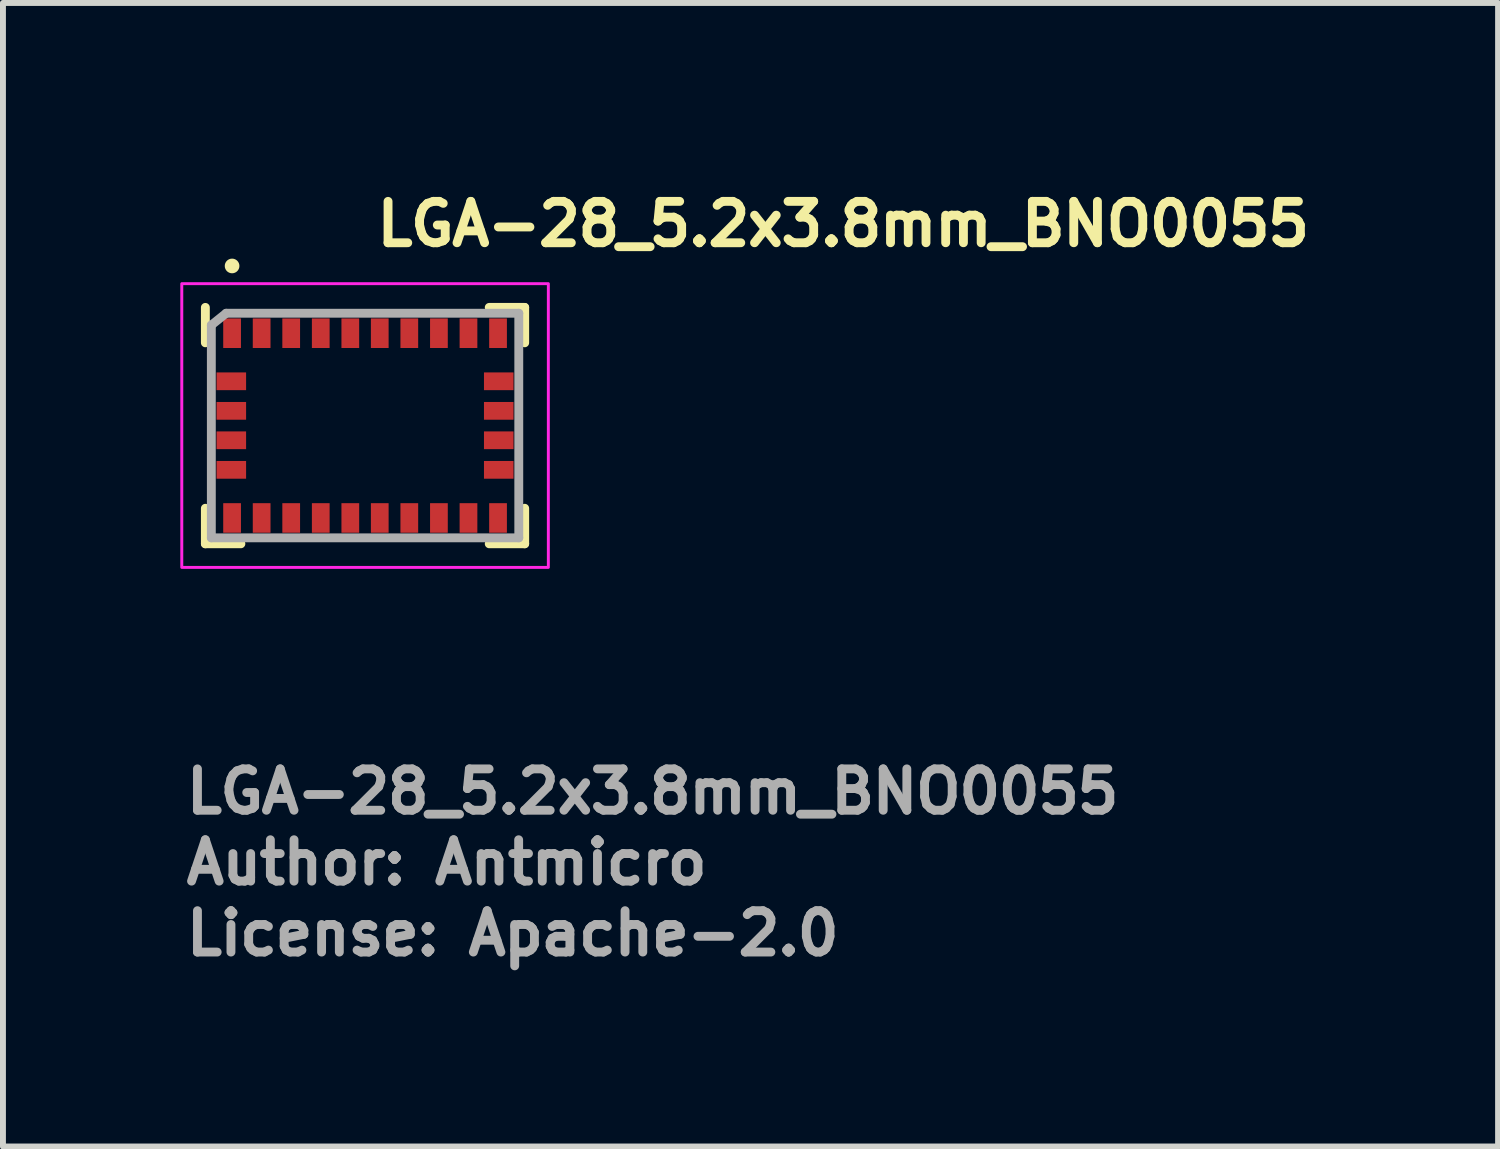
<source format=kicad_pcb>
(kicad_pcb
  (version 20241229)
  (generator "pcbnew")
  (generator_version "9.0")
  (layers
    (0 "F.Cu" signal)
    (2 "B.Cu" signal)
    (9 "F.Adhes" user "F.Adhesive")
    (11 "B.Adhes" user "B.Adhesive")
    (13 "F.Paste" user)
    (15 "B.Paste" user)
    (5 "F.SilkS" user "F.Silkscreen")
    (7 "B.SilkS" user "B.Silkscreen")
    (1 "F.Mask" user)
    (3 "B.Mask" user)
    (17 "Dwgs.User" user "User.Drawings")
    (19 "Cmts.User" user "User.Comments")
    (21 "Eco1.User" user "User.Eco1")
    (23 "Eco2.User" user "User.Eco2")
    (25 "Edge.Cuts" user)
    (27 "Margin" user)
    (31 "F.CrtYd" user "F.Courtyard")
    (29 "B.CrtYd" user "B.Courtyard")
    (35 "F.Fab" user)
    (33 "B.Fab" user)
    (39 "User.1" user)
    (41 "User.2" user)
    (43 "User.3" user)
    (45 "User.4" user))
  (footprint "LGA-28_5.2x3.8mm_BNO0055"
    (layer "F.Cu")
    (at 3.126 4.15)
    (property "Reference" "LGA-28_5.2x3.8mm_BNO0055" (at 0.123 -3 0) (layer "F.SilkS") (effects (font (size 0.7 0.7) (thickness 0.15)) (justify left bottom)))
    (attr smd)
    (fp_line (start -2.702 -2) (end -2.702 -1.401) (stroke (width 0.15) (type solid)) (layer "F.SilkS"))
    (fp_line (start -2.702 1.398) (end -2.702 1.999) (stroke (width 0.15) (type solid)) (layer "F.SilkS"))
    (fp_line (start -2.702 1.999) (end -2.101 1.999) (stroke (width 0.15) (type solid)) (layer "F.SilkS"))
    (fp_line (start 2.1 1.999) (end 2.7 1.999) (stroke (width 0.15) (type solid)) (layer "F.SilkS"))
    (fp_line (start 2.7 -2) (end 2.1 -2) (stroke (width 0.15) (type solid)) (layer "F.SilkS"))
    (fp_line (start 2.7 -1.401) (end 2.7 -2) (stroke (width 0.15) (type solid)) (layer "F.SilkS"))
    (fp_line (start 2.7 1.999) (end 2.7 1.398) (stroke (width 0.15) (type solid)) (layer "F.SilkS"))
    (fp_circle (center -2.25 -2.701) (end -2.201 -2.701) (stroke (width 0.15) (type solid)) (fill yes) (layer "F.SilkS"))
    (fp_rect (start -3.101 -2.401) (end 3.1 2.398) (stroke (width 0.05) (type solid)) (fill no) (layer "F.CrtYd"))
    (fp_line (start -2.601 -1.7) (end -2.601 1.898) (stroke (width 0.15) (type solid)) (layer "F.Fab"))
    (fp_line (start -2.601 -1.7) (end -2.35 -1.901) (stroke (width 0.15) (type solid)) (layer "F.Fab"))
    (fp_line (start -2.601 1.898) (end 2.6 1.898) (stroke (width 0.15) (type solid)) (layer "F.Fab"))
    (fp_line (start -2.35 -1.901) (end 2.6 -1.901) (stroke (width 0.15) (type solid)) (layer "F.Fab"))
    (fp_line (start 2.6 -1.901) (end 2.6 1.898) (stroke (width 0.15) (type solid)) (layer "F.Fab"))
    (fp_rect (start -2.601 -1.901) (end 2.6 1.898) (stroke (width 0.1) (type solid)) (fill no) (layer "User.5"))
    (fp_line (start -2.601 -1.811) (end -2.601 -1.807) (stroke (width 0.02) (type solid)) (layer "User.9"))
    (fp_line (start -2.601 -1.807) (end -2.601 -1.801) (stroke (width 0.02) (type solid)) (layer "User.9"))
    (fp_line (start -2.601 -1.801) (end -2.601 1.8) (stroke (width 0.02) (type solid)) (layer "User.9"))
    (fp_line (start -2.601 -1.801) (end -2.5 -1.801) (stroke (width 0.02) (type solid)) (layer "User.9"))
    (fp_line (start -2.601 1.8) (end -2.601 1.804) (stroke (width 0.02) (type solid)) (layer "User.9"))
    (fp_line (start -2.601 1.804) (end -2.601 1.81) (stroke (width 0.02) (type solid)) (layer "User.9"))
    (fp_line (start -2.601 1.81) (end -2.6 1.814) (stroke (width 0.02) (type solid)) (layer "User.9"))
    (fp_line (start -2.6 -1.817) (end -2.601 -1.811) (stroke (width 0.02) (type solid)) (layer "User.9"))
    (fp_line (start -2.6 1.814) (end -2.598 1.82) (stroke (width 0.02) (type solid)) (layer "User.9"))
    (fp_line (start -2.598 -1.821) (end -2.6 -1.817) (stroke (width 0.02) (type solid)) (layer "User.9"))
    (fp_line (start -2.598 1.82) (end -2.597 1.824) (stroke (width 0.02) (type solid)) (layer "User.9"))
    (fp_line (start -2.597 -1.831) (end -2.597 -1.825) (stroke (width 0.02) (type solid)) (layer "User.9"))
    (fp_line (start -2.597 -1.825) (end -2.598 -1.821) (stroke (width 0.02) (type solid)) (layer "User.9"))
    (fp_line (start -2.597 1.824) (end -2.597 1.828) (stroke (width 0.02) (type solid)) (layer "User.9"))
    (fp_line (start -2.597 1.828) (end -2.594 1.834) (stroke (width 0.02) (type solid)) (layer "User.9"))
    (fp_line (start -2.594 -1.835) (end -2.597 -1.831) (stroke (width 0.02) (type solid)) (layer "User.9"))
    (fp_line (start -2.594 1.834) (end -2.593 1.838) (stroke (width 0.02) (type solid)) (layer "User.9"))
    (fp_line (start -2.593 -1.839) (end -2.594 -1.835) (stroke (width 0.02) (type solid)) (layer "User.9"))
    (fp_line (start -2.593 1.838) (end -2.592 1.842) (stroke (width 0.02) (type solid)) (layer "User.9"))
    (fp_line (start -2.592 -1.845) (end -2.593 -1.839) (stroke (width 0.02) (type solid)) (layer "User.9"))
    (fp_line (start -2.592 1.842) (end -2.589 1.846) (stroke (width 0.02) (type solid)) (layer "User.9"))
    (fp_line (start -2.589 -1.849) (end -2.592 -1.845) (stroke (width 0.02) (type solid)) (layer "User.9"))
    (fp_line (start -2.589 1.846) (end -2.586 1.85) (stroke (width 0.02) (type solid)) (layer "User.9"))
    (fp_line (start -2.586 -1.853) (end -2.589 -1.849) (stroke (width 0.02) (type solid)) (layer "User.9"))
    (fp_line (start -2.586 1.85) (end -2.584 1.854) (stroke (width 0.02) (type solid)) (layer "User.9"))
    (fp_line (start -2.584 -1.857) (end -2.586 -1.853) (stroke (width 0.02) (type solid)) (layer "User.9"))
    (fp_line (start -2.584 1.854) (end -2.581 1.858) (stroke (width 0.02) (type solid)) (layer "User.9"))
    (fp_line (start -2.581 -1.861) (end -2.584 -1.857) (stroke (width 0.02) (type solid)) (layer "User.9"))
    (fp_line (start -2.581 1.858) (end -2.578 1.862) (stroke (width 0.02) (type solid)) (layer "User.9"))
    (fp_line (start -2.578 -1.865) (end -2.581 -1.861) (stroke (width 0.02) (type solid)) (layer "User.9"))
    (fp_line (start -2.578 1.862) (end -2.576 1.866) (stroke (width 0.02) (type solid)) (layer "User.9"))
    (fp_line (start -2.576 -1.869) (end -2.578 -1.865) (stroke (width 0.02) (type solid)) (layer "User.9"))
    (fp_line (start -2.576 1.866) (end -2.572 1.87) (stroke (width 0.02) (type solid)) (layer "User.9"))
    (fp_line (start -2.572 -1.871) (end -2.576 -1.869) (stroke (width 0.02) (type solid)) (layer "User.9"))
    (fp_line (start -2.572 1.87) (end -2.569 1.874) (stroke (width 0.02) (type solid)) (layer "User.9"))
    (fp_line (start -2.569 -1.875) (end -2.572 -1.871) (stroke (width 0.02) (type solid)) (layer "User.9"))
    (fp_line (start -2.569 1.874) (end -2.565 1.876) (stroke (width 0.02) (type solid)) (layer "User.9"))
    (fp_line (start -2.565 -1.879) (end -2.569 -1.875) (stroke (width 0.02) (type solid)) (layer "User.9"))
    (fp_line (start -2.565 1.876) (end -2.56 1.88) (stroke (width 0.02) (type solid)) (layer "User.9"))
    (fp_line (start -2.56 -1.881) (end -2.565 -1.879) (stroke (width 0.02) (type solid)) (layer "User.9"))
    (fp_line (start -2.56 1.88) (end -2.556 1.882) (stroke (width 0.02) (type solid)) (layer "User.9"))
    (fp_line (start -2.556 -1.883) (end -2.56 -1.881) (stroke (width 0.02) (type solid)) (layer "User.9"))
    (fp_line (start -2.556 1.882) (end -2.552 1.884) (stroke (width 0.02) (type solid)) (layer "User.9"))
    (fp_line (start -2.552 -1.887) (end -2.556 -1.883) (stroke (width 0.02) (type solid)) (layer "User.9"))
    (fp_line (start -2.552 1.884) (end -2.548 1.886) (stroke (width 0.02) (type solid)) (layer "User.9"))
    (fp_line (start -2.548 -1.889) (end -2.552 -1.887) (stroke (width 0.02) (type solid)) (layer "User.9"))
    (fp_line (start -2.548 1.886) (end -2.544 1.89) (stroke (width 0.02) (type solid)) (layer "User.9"))
    (fp_line (start -2.544 -1.891) (end -2.548 -1.889) (stroke (width 0.02) (type solid)) (layer "User.9"))
    (fp_line (start -2.544 1.89) (end -2.54 1.892) (stroke (width 0.02) (type solid)) (layer "User.9"))
    (fp_line (start -2.54 -1.893) (end -2.544 -1.891) (stroke (width 0.02) (type solid)) (layer "User.9"))
    (fp_line (start -2.54 1.892) (end -2.536 1.892) (stroke (width 0.02) (type solid)) (layer "User.9"))
    (fp_line (start -2.536 -1.895) (end -2.54 -1.893) (stroke (width 0.02) (type solid)) (layer "User.9"))
    (fp_line (start -2.536 1.892) (end -2.531 1.894) (stroke (width 0.02) (type solid)) (layer "User.9"))
    (fp_line (start -2.531 -1.897) (end -2.536 -1.895) (stroke (width 0.02) (type solid)) (layer "User.9"))
    (fp_line (start -2.531 1.894) (end -2.525 1.896) (stroke (width 0.02) (type solid)) (layer "User.9"))
    (fp_line (start -2.525 -1.897) (end -2.531 -1.897) (stroke (width 0.02) (type solid)) (layer "User.9"))
    (fp_line (start -2.525 1.896) (end -2.521 1.896) (stroke (width 0.02) (type solid)) (layer "User.9"))
    (fp_line (start -2.521 -1.899) (end -2.525 -1.897) (stroke (width 0.02) (type solid)) (layer "User.9"))
    (fp_line (start -2.521 1.896) (end -2.516 1.898) (stroke (width 0.02) (type solid)) (layer "User.9"))
    (fp_line (start -2.516 -1.899) (end -2.521 -1.899) (stroke (width 0.02) (type solid)) (layer "User.9"))
    (fp_line (start -2.516 1.898) (end -2.512 1.898) (stroke (width 0.02) (type solid)) (layer "User.9"))
    (fp_line (start -2.512 -1.901) (end -2.516 -1.899) (stroke (width 0.02) (type solid)) (layer "User.9"))
    (fp_line (start -2.512 1.898) (end -2.507 1.898) (stroke (width 0.02) (type solid)) (layer "User.9"))
    (fp_line (start -2.507 -1.901) (end -2.512 -1.901) (stroke (width 0.02) (type solid)) (layer "User.9"))
    (fp_line (start -2.507 1.898) (end -2.5 1.898) (stroke (width 0.02) (type solid)) (layer "User.9"))
    (fp_line (start -2.5 -1.901) (end -2.507 -1.901) (stroke (width 0.02) (type solid)) (layer "User.9"))
    (fp_line (start -2.5 -1.801) (end -2.5 -1.901) (stroke (width 0.02) (type solid)) (layer "User.9"))
    (fp_line (start -2.5 1.8) (end -2.601 1.8) (stroke (width 0.02) (type solid)) (layer "User.9"))
    (fp_line (start -2.5 1.898) (end -2.5 1.8) (stroke (width 0.02) (type solid)) (layer "User.9"))
    (fp_line (start -2.5 1.898) (end 2.499 1.898) (stroke (width 0.02) (type solid)) (layer "User.9"))
    (fp_line (start -2.4 -1.347) (end -2.4 -1.339) (stroke (width 0.02) (type solid)) (layer "User.9"))
    (fp_line (start -2.4 -1.339) (end -2.4 -1.331) (stroke (width 0.02) (type solid)) (layer "User.9"))
    (fp_line (start -2.4 -1.331) (end -2.4 -1.331) (stroke (width 0.02) (type solid)) (layer "User.9"))
    (fp_line (start -2.4 -1.331) (end -2.4 -1.323) (stroke (width 0.02) (type solid)) (layer "User.9"))
    (fp_line (start -2.4 -1.323) (end -2.4 -1.315) (stroke (width 0.02) (type solid)) (layer "User.9"))
    (fp_line (start -2.4 -1.315) (end -2.399 -1.309) (stroke (width 0.02) (type solid)) (layer "User.9"))
    (fp_line (start -2.399 -1.353) (end -2.4 -1.347) (stroke (width 0.02) (type solid)) (layer "User.9"))
    (fp_line (start -2.399 -1.309) (end -2.398 -1.301) (stroke (width 0.02) (type solid)) (layer "User.9"))
    (fp_line (start -2.398 -1.361) (end -2.399 -1.353) (stroke (width 0.02) (type solid)) (layer "User.9"))
    (fp_line (start -2.398 -1.301) (end -2.396 -1.293) (stroke (width 0.02) (type solid)) (layer "User.9"))
    (fp_line (start -2.396 -1.369) (end -2.398 -1.361) (stroke (width 0.02) (type solid)) (layer "User.9"))
    (fp_line (start -2.396 -1.293) (end -2.395 -1.287) (stroke (width 0.02) (type solid)) (layer "User.9"))
    (fp_line (start -2.395 -1.375) (end -2.396 -1.369) (stroke (width 0.02) (type solid)) (layer "User.9"))
    (fp_line (start -2.395 -1.287) (end -2.391 -1.28) (stroke (width 0.02) (type solid)) (layer "User.9"))
    (fp_line (start -2.391 -1.383) (end -2.395 -1.375) (stroke (width 0.02) (type solid)) (layer "User.9"))
    (fp_line (start -2.391 -1.28) (end -2.39 -1.272) (stroke (width 0.02) (type solid)) (layer "User.9"))
    (fp_line (start -2.39 -1.389) (end -2.391 -1.383) (stroke (width 0.02) (type solid)) (layer "User.9"))
    (fp_line (start -2.39 -1.272) (end -2.387 -1.266) (stroke (width 0.02) (type solid)) (layer "User.9"))
    (fp_line (start -2.387 -1.397) (end -2.39 -1.389) (stroke (width 0.02) (type solid)) (layer "User.9"))
    (fp_line (start -2.387 -1.266) (end -2.383 -1.26) (stroke (width 0.02) (type solid)) (layer "User.9"))
    (fp_line (start -2.383 -1.403) (end -2.387 -1.397) (stroke (width 0.02) (type solid)) (layer "User.9"))
    (fp_line (start -2.383 -1.26) (end -2.379 -1.254) (stroke (width 0.02) (type solid)) (layer "User.9"))
    (fp_line (start -2.379 -1.408) (end -2.383 -1.403) (stroke (width 0.02) (type solid)) (layer "User.9"))
    (fp_line (start -2.379 -1.254) (end -2.375 -1.248) (stroke (width 0.02) (type solid)) (layer "User.9"))
    (fp_line (start -2.375 -1.414) (end -2.379 -1.408) (stroke (width 0.02) (type solid)) (layer "User.9"))
    (fp_line (start -2.375 -1.248) (end -2.371 -1.242) (stroke (width 0.02) (type solid)) (layer "User.9"))
    (fp_line (start -2.371 -1.42) (end -2.375 -1.414) (stroke (width 0.02) (type solid)) (layer "User.9"))
    (fp_line (start -2.371 -1.242) (end -2.367 -1.236) (stroke (width 0.02) (type solid)) (layer "User.9"))
    (fp_line (start -2.367 -1.426) (end -2.371 -1.42) (stroke (width 0.02) (type solid)) (layer "User.9"))
    (fp_line (start -2.367 -1.236) (end -2.363 -1.23) (stroke (width 0.02) (type solid)) (layer "User.9"))
    (fp_line (start -2.363 -1.432) (end -2.367 -1.426) (stroke (width 0.02) (type solid)) (layer "User.9"))
    (fp_line (start -2.363 -1.23) (end -2.358 -1.224) (stroke (width 0.02) (type solid)) (layer "User.9"))
    (fp_line (start -2.358 -1.438) (end -2.363 -1.432) (stroke (width 0.02) (type solid)) (layer "User.9"))
    (fp_line (start -2.358 -1.224) (end -2.351 -1.22) (stroke (width 0.02) (type solid)) (layer "User.9"))
    (fp_line (start -2.351 -1.442) (end -2.358 -1.438) (stroke (width 0.02) (type solid)) (layer "User.9"))
    (fp_line (start -2.351 -1.22) (end -2.347 -1.216) (stroke (width 0.02) (type solid)) (layer "User.9"))
    (fp_line (start -2.347 -1.446) (end -2.351 -1.442) (stroke (width 0.02) (type solid)) (layer "User.9"))
    (fp_line (start -2.347 -1.216) (end -2.34 -1.21) (stroke (width 0.02) (type solid)) (layer "User.9"))
    (fp_line (start -2.34 -1.452) (end -2.347 -1.446) (stroke (width 0.02) (type solid)) (layer "User.9"))
    (fp_line (start -2.34 -1.21) (end -2.335 -1.206) (stroke (width 0.02) (type solid)) (layer "User.9"))
    (fp_line (start -2.335 -1.456) (end -2.34 -1.452) (stroke (width 0.02) (type solid)) (layer "User.9"))
    (fp_line (start -2.335 -1.206) (end -2.328 -1.202) (stroke (width 0.02) (type solid)) (layer "User.9"))
    (fp_line (start -2.328 -1.46) (end -2.335 -1.456) (stroke (width 0.02) (type solid)) (layer "User.9"))
    (fp_line (start -2.328 -1.202) (end -2.323 -1.2) (stroke (width 0.02) (type solid)) (layer "User.9"))
    (fp_line (start -2.323 -1.462) (end -2.328 -1.46) (stroke (width 0.02) (type solid)) (layer "User.9"))
    (fp_line (start -2.323 -1.2) (end -2.316 -1.196) (stroke (width 0.02) (type solid)) (layer "User.9"))
    (fp_line (start -2.316 -1.466) (end -2.323 -1.462) (stroke (width 0.02) (type solid)) (layer "User.9"))
    (fp_line (start -2.316 -1.196) (end -2.31 -1.192) (stroke (width 0.02) (type solid)) (layer "User.9"))
    (fp_line (start -2.31 -1.47) (end -2.316 -1.466) (stroke (width 0.02) (type solid)) (layer "User.9"))
    (fp_line (start -2.31 -1.192) (end -2.302 -1.19) (stroke (width 0.02) (type solid)) (layer "User.9"))
    (fp_line (start -2.302 -1.472) (end -2.31 -1.47) (stroke (width 0.02) (type solid)) (layer "User.9"))
    (fp_line (start -2.302 -1.19) (end -2.295 -1.188) (stroke (width 0.02) (type solid)) (layer "User.9"))
    (fp_line (start -2.295 -1.474) (end -2.302 -1.472) (stroke (width 0.02) (type solid)) (layer "User.9"))
    (fp_line (start -2.295 -1.188) (end -2.289 -1.186) (stroke (width 0.02) (type solid)) (layer "User.9"))
    (fp_line (start -2.289 -1.476) (end -2.295 -1.474) (stroke (width 0.02) (type solid)) (layer "User.9"))
    (fp_line (start -2.289 -1.186) (end -2.282 -1.184) (stroke (width 0.02) (type solid)) (layer "User.9"))
    (fp_line (start -2.282 -1.478) (end -2.289 -1.476) (stroke (width 0.02) (type solid)) (layer "User.9"))
    (fp_line (start -2.282 -1.184) (end -2.274 -1.182) (stroke (width 0.02) (type solid)) (layer "User.9"))
    (fp_line (start -2.274 -1.48) (end -2.282 -1.478) (stroke (width 0.02) (type solid)) (layer "User.9"))
    (fp_line (start -2.274 -1.182) (end -2.266 -1.182) (stroke (width 0.02) (type solid)) (layer "User.9"))
    (fp_line (start -2.266 -1.48) (end -2.274 -1.48) (stroke (width 0.02) (type solid)) (layer "User.9"))
    (fp_line (start -2.266 -1.182) (end -2.258 -1.182) (stroke (width 0.02) (type solid)) (layer "User.9"))
    (fp_line (start -2.258 -1.48) (end -2.266 -1.48) (stroke (width 0.02) (type solid)) (layer "User.9"))
    (fp_line (start -2.258 -1.182) (end -2.25 -1.18) (stroke (width 0.02) (type solid)) (layer "User.9"))
    (fp_line (start -2.25 -1.48) (end -2.258 -1.48) (stroke (width 0.02) (type solid)) (layer "User.9"))
    (fp_line (start -2.25 -1.48) (end -2.25 -1.48) (stroke (width 0.02) (type solid)) (layer "User.9"))
    (fp_line (start -2.25 -1.18) (end -2.25 -1.18) (stroke (width 0.02) (type solid)) (layer "User.9"))
    (fp_line (start -2.25 -1.18) (end -2.243 -1.182) (stroke (width 0.02) (type solid)) (layer "User.9"))
    (fp_line (start -2.243 -1.48) (end -2.25 -1.48) (stroke (width 0.02) (type solid)) (layer "User.9"))
    (fp_line (start -2.243 -1.182) (end -2.235 -1.182) (stroke (width 0.02) (type solid)) (layer "User.9"))
    (fp_line (start -2.235 -1.48) (end -2.243 -1.48) (stroke (width 0.02) (type solid)) (layer "User.9"))
    (fp_line (start -2.235 -1.182) (end -2.229 -1.182) (stroke (width 0.02) (type solid)) (layer "User.9"))
    (fp_line (start -2.229 -1.48) (end -2.235 -1.48) (stroke (width 0.02) (type solid)) (layer "User.9"))
    (fp_line (start -2.229 -1.182) (end -2.221 -1.184) (stroke (width 0.02) (type solid)) (layer "User.9"))
    (fp_line (start -2.221 -1.478) (end -2.229 -1.48) (stroke (width 0.02) (type solid)) (layer "User.9"))
    (fp_line (start -2.221 -1.184) (end -2.214 -1.186) (stroke (width 0.02) (type solid)) (layer "User.9"))
    (fp_line (start -2.214 -1.476) (end -2.221 -1.478) (stroke (width 0.02) (type solid)) (layer "User.9"))
    (fp_line (start -2.214 -1.186) (end -2.206 -1.188) (stroke (width 0.02) (type solid)) (layer "User.9"))
    (fp_line (start -2.206 -1.474) (end -2.214 -1.476) (stroke (width 0.02) (type solid)) (layer "User.9"))
    (fp_line (start -2.206 -1.188) (end -2.199 -1.19) (stroke (width 0.02) (type solid)) (layer "User.9"))
    (fp_line (start -2.199 -1.472) (end -2.206 -1.474) (stroke (width 0.02) (type solid)) (layer "User.9"))
    (fp_line (start -2.199 -1.19) (end -2.193 -1.192) (stroke (width 0.02) (type solid)) (layer "User.9"))
    (fp_line (start -2.193 -1.47) (end -2.199 -1.472) (stroke (width 0.02) (type solid)) (layer "User.9"))
    (fp_line (start -2.193 -1.192) (end -2.186 -1.196) (stroke (width 0.02) (type solid)) (layer "User.9"))
    (fp_line (start -2.186 -1.466) (end -2.193 -1.47) (stroke (width 0.02) (type solid)) (layer "User.9"))
    (fp_line (start -2.186 -1.196) (end -2.179 -1.2) (stroke (width 0.02) (type solid)) (layer "User.9"))
    (fp_line (start -2.179 -1.462) (end -2.186 -1.466) (stroke (width 0.02) (type solid)) (layer "User.9"))
    (fp_line (start -2.179 -1.2) (end -2.173 -1.202) (stroke (width 0.02) (type solid)) (layer "User.9"))
    (fp_line (start -2.173 -1.46) (end -2.179 -1.462) (stroke (width 0.02) (type solid)) (layer "User.9"))
    (fp_line (start -2.173 -1.202) (end -2.168 -1.206) (stroke (width 0.02) (type solid)) (layer "User.9"))
    (fp_line (start -2.168 -1.456) (end -2.173 -1.46) (stroke (width 0.02) (type solid)) (layer "User.9"))
    (fp_line (start -2.168 -1.206) (end -2.161 -1.21) (stroke (width 0.02) (type solid)) (layer "User.9"))
    (fp_line (start -2.161 -1.452) (end -2.168 -1.456) (stroke (width 0.02) (type solid)) (layer "User.9"))
    (fp_line (start -2.161 -1.21) (end -2.156 -1.216) (stroke (width 0.02) (type solid)) (layer "User.9"))
    (fp_line (start -2.156 -1.446) (end -2.161 -1.452) (stroke (width 0.02) (type solid)) (layer "User.9"))
    (fp_line (start -2.156 -1.216) (end -2.15 -1.22) (stroke (width 0.02) (type solid)) (layer "User.9"))
    (fp_line (start -2.15 -1.442) (end -2.156 -1.446) (stroke (width 0.02) (type solid)) (layer "User.9"))
    (fp_line (start -2.15 -1.22) (end -2.145 -1.224) (stroke (width 0.02) (type solid)) (layer "User.9"))
    (fp_line (start -2.145 -1.438) (end -2.15 -1.442) (stroke (width 0.02) (type solid)) (layer "User.9"))
    (fp_line (start -2.145 -1.224) (end -2.14 -1.23) (stroke (width 0.02) (type solid)) (layer "User.9"))
    (fp_line (start -2.14 -1.432) (end -2.145 -1.438) (stroke (width 0.02) (type solid)) (layer "User.9"))
    (fp_line (start -2.14 -1.23) (end -2.136 -1.236) (stroke (width 0.02) (type solid)) (layer "User.9"))
    (fp_line (start -2.136 -1.426) (end -2.14 -1.432) (stroke (width 0.02) (type solid)) (layer "User.9"))
    (fp_line (start -2.136 -1.236) (end -2.13 -1.242) (stroke (width 0.02) (type solid)) (layer "User.9"))
    (fp_line (start -2.13 -1.42) (end -2.136 -1.426) (stroke (width 0.02) (type solid)) (layer "User.9"))
    (fp_line (start -2.13 -1.242) (end -2.126 -1.248) (stroke (width 0.02) (type solid)) (layer "User.9"))
    (fp_line (start -2.126 -1.414) (end -2.13 -1.42) (stroke (width 0.02) (type solid)) (layer "User.9"))
    (fp_line (start -2.126 -1.248) (end -2.122 -1.254) (stroke (width 0.02) (type solid)) (layer "User.9"))
    (fp_line (start -2.122 -1.408) (end -2.126 -1.414) (stroke (width 0.02) (type solid)) (layer "User.9"))
    (fp_line (start -2.122 -1.254) (end -2.12 -1.26) (stroke (width 0.02) (type solid)) (layer "User.9"))
    (fp_line (start -2.12 -1.403) (end -2.122 -1.408) (stroke (width 0.02) (type solid)) (layer "User.9"))
    (fp_line (start -2.12 -1.26) (end -2.116 -1.266) (stroke (width 0.02) (type solid)) (layer "User.9"))
    (fp_line (start -2.116 -1.397) (end -2.12 -1.403) (stroke (width 0.02) (type solid)) (layer "User.9"))
    (fp_line (start -2.116 -1.266) (end -2.113 -1.272) (stroke (width 0.02) (type solid)) (layer "User.9"))
    (fp_line (start -2.113 -1.389) (end -2.116 -1.397) (stroke (width 0.02) (type solid)) (layer "User.9"))
    (fp_line (start -2.113 -1.272) (end -2.11 -1.28) (stroke (width 0.02) (type solid)) (layer "User.9"))
    (fp_line (start -2.11 -1.383) (end -2.113 -1.389) (stroke (width 0.02) (type solid)) (layer "User.9"))
    (fp_line (start -2.11 -1.28) (end -2.108 -1.287) (stroke (width 0.02) (type solid)) (layer "User.9"))
    (fp_line (start -2.108 -1.375) (end -2.11 -1.383) (stroke (width 0.02) (type solid)) (layer "User.9"))
    (fp_line (start -2.108 -1.287) (end -2.105 -1.293) (stroke (width 0.02) (type solid)) (layer "User.9"))
    (fp_line (start -2.105 -1.369) (end -2.108 -1.375) (stroke (width 0.02) (type solid)) (layer "User.9"))
    (fp_line (start -2.105 -1.361) (end -2.105 -1.369) (stroke (width 0.02) (type solid)) (layer "User.9"))
    (fp_line (start -2.105 -1.301) (end -2.102 -1.309) (stroke (width 0.02) (type solid)) (layer "User.9"))
    (fp_line (start -2.105 -1.293) (end -2.105 -1.301) (stroke (width 0.02) (type solid)) (layer "User.9"))
    (fp_line (start -2.102 -1.353) (end -2.105 -1.361) (stroke (width 0.02) (type solid)) (layer "User.9"))
    (fp_line (start -2.102 -1.309) (end -2.101 -1.315) (stroke (width 0.02) (type solid)) (layer "User.9"))
    (fp_line (start -2.101 -1.347) (end -2.102 -1.353) (stroke (width 0.02) (type solid)) (layer "User.9"))
    (fp_line (start -2.101 -1.339) (end -2.101 -1.347) (stroke (width 0.02) (type solid)) (layer "User.9"))
    (fp_line (start -2.101 -1.331) (end -2.101 -1.339) (stroke (width 0.02) (type solid)) (layer "User.9"))
    (fp_line (start -2.101 -1.331) (end -2.101 -1.331) (stroke (width 0.02) (type solid)) (layer "User.9"))
    (fp_line (start -2.101 -1.331) (end -2.101 -1.331) (stroke (width 0.02) (type solid)) (layer "User.9"))
    (fp_line (start -2.101 -1.323) (end -2.101 -1.331) (stroke (width 0.02) (type solid)) (layer "User.9"))
    (fp_line (start -2.101 -1.315) (end -2.101 -1.323) (stroke (width 0.02) (type solid)) (layer "User.9"))
    (fp_line (start 2.499 -1.901) (end -2.5 -1.901) (stroke (width 0.02) (type solid)) (layer "User.9"))
    (fp_line (start 2.499 -1.901) (end 2.499 -1.801) (stroke (width 0.02) (type solid)) (layer "User.9"))
    (fp_line (start 2.499 -1.801) (end 2.6 -1.801) (stroke (width 0.02) (type solid)) (layer "User.9"))
    (fp_line (start 2.499 1.8) (end 2.499 1.898) (stroke (width 0.02) (type solid)) (layer "User.9"))
    (fp_line (start 2.499 1.898) (end 2.504 1.898) (stroke (width 0.02) (type solid)) (layer "User.9"))
    (fp_line (start 2.504 -1.901) (end 2.499 -1.901) (stroke (width 0.02) (type solid)) (layer "User.9"))
    (fp_line (start 2.504 1.898) (end 2.51 1.898) (stroke (width 0.02) (type solid)) (layer "User.9"))
    (fp_line (start 2.51 -1.901) (end 2.504 -1.901) (stroke (width 0.02) (type solid)) (layer "User.9"))
    (fp_line (start 2.51 1.898) (end 2.515 1.898) (stroke (width 0.02) (type solid)) (layer "User.9"))
    (fp_line (start 2.515 -1.899) (end 2.51 -1.901) (stroke (width 0.02) (type solid)) (layer "User.9"))
    (fp_line (start 2.515 1.898) (end 2.519 1.896) (stroke (width 0.02) (type solid)) (layer "User.9"))
    (fp_line (start 2.519 -1.899) (end 2.515 -1.899) (stroke (width 0.02) (type solid)) (layer "User.9"))
    (fp_line (start 2.519 1.896) (end 2.523 1.896) (stroke (width 0.02) (type solid)) (layer "User.9"))
    (fp_line (start 2.523 -1.897) (end 2.519 -1.899) (stroke (width 0.02) (type solid)) (layer "User.9"))
    (fp_line (start 2.523 1.896) (end 2.528 1.894) (stroke (width 0.02) (type solid)) (layer "User.9"))
    (fp_line (start 2.528 -1.897) (end 2.523 -1.897) (stroke (width 0.02) (type solid)) (layer "User.9"))
    (fp_line (start 2.528 1.894) (end 2.534 1.892) (stroke (width 0.02) (type solid)) (layer "User.9"))
    (fp_line (start 2.534 -1.895) (end 2.528 -1.897) (stroke (width 0.02) (type solid)) (layer "User.9"))
    (fp_line (start 2.534 1.892) (end 2.538 1.892) (stroke (width 0.02) (type solid)) (layer "User.9"))
    (fp_line (start 2.538 -1.893) (end 2.534 -1.895) (stroke (width 0.02) (type solid)) (layer "User.9"))
    (fp_line (start 2.538 1.892) (end 2.543 1.89) (stroke (width 0.02) (type solid)) (layer "User.9"))
    (fp_line (start 2.543 -1.891) (end 2.538 -1.893) (stroke (width 0.02) (type solid)) (layer "User.9"))
    (fp_line (start 2.543 1.89) (end 2.547 1.886) (stroke (width 0.02) (type solid)) (layer "User.9"))
    (fp_line (start 2.547 -1.889) (end 2.543 -1.891) (stroke (width 0.02) (type solid)) (layer "User.9"))
    (fp_line (start 2.547 1.886) (end 2.551 1.884) (stroke (width 0.02) (type solid)) (layer "User.9"))
    (fp_line (start 2.551 -1.887) (end 2.547 -1.889) (stroke (width 0.02) (type solid)) (layer "User.9"))
    (fp_line (start 2.551 1.884) (end 2.555 1.882) (stroke (width 0.02) (type solid)) (layer "User.9"))
    (fp_line (start 2.555 -1.883) (end 2.551 -1.887) (stroke (width 0.02) (type solid)) (layer "User.9"))
    (fp_line (start 2.555 1.882) (end 2.559 1.88) (stroke (width 0.02) (type solid)) (layer "User.9"))
    (fp_line (start 2.559 -1.881) (end 2.555 -1.883) (stroke (width 0.02) (type solid)) (layer "User.9"))
    (fp_line (start 2.559 1.88) (end 2.563 1.876) (stroke (width 0.02) (type solid)) (layer "User.9"))
    (fp_line (start 2.563 -1.879) (end 2.559 -1.881) (stroke (width 0.02) (type solid)) (layer "User.9"))
    (fp_line (start 2.563 1.876) (end 2.567 1.874) (stroke (width 0.02) (type solid)) (layer "User.9"))
    (fp_line (start 2.567 -1.875) (end 2.563 -1.879) (stroke (width 0.02) (type solid)) (layer "User.9"))
    (fp_line (start 2.567 1.874) (end 2.569 1.87) (stroke (width 0.02) (type solid)) (layer "User.9"))
    (fp_line (start 2.569 -1.871) (end 2.567 -1.875) (stroke (width 0.02) (type solid)) (layer "User.9"))
    (fp_line (start 2.569 1.87) (end 2.573 1.866) (stroke (width 0.02) (type solid)) (layer "User.9"))
    (fp_line (start 2.573 -1.869) (end 2.569 -1.871) (stroke (width 0.02) (type solid)) (layer "User.9"))
    (fp_line (start 2.573 1.866) (end 2.576 1.862) (stroke (width 0.02) (type solid)) (layer "User.9"))
    (fp_line (start 2.576 -1.865) (end 2.573 -1.869) (stroke (width 0.02) (type solid)) (layer "User.9"))
    (fp_line (start 2.576 1.862) (end 2.58 1.858) (stroke (width 0.02) (type solid)) (layer "User.9"))
    (fp_line (start 2.58 -1.861) (end 2.576 -1.865) (stroke (width 0.02) (type solid)) (layer "User.9"))
    (fp_line (start 2.58 1.858) (end 2.581 1.854) (stroke (width 0.02) (type solid)) (layer "User.9"))
    (fp_line (start 2.581 -1.857) (end 2.58 -1.861) (stroke (width 0.02) (type solid)) (layer "User.9"))
    (fp_line (start 2.581 1.854) (end 2.584 1.85) (stroke (width 0.02) (type solid)) (layer "User.9"))
    (fp_line (start 2.584 -1.853) (end 2.581 -1.857) (stroke (width 0.02) (type solid)) (layer "User.9"))
    (fp_line (start 2.584 1.85) (end 2.587 1.846) (stroke (width 0.02) (type solid)) (layer "User.9"))
    (fp_line (start 2.587 -1.849) (end 2.584 -1.853) (stroke (width 0.02) (type solid)) (layer "User.9"))
    (fp_line (start 2.587 1.846) (end 2.589 1.842) (stroke (width 0.02) (type solid)) (layer "User.9"))
    (fp_line (start 2.589 -1.845) (end 2.587 -1.849) (stroke (width 0.02) (type solid)) (layer "User.9"))
    (fp_line (start 2.589 1.842) (end 2.592 1.838) (stroke (width 0.02) (type solid)) (layer "User.9"))
    (fp_line (start 2.592 -1.839) (end 2.589 -1.845) (stroke (width 0.02) (type solid)) (layer "User.9"))
    (fp_line (start 2.592 -1.835) (end 2.592 -1.839) (stroke (width 0.02) (type solid)) (layer "User.9"))
    (fp_line (start 2.592 1.834) (end 2.595 1.828) (stroke (width 0.02) (type solid)) (layer "User.9"))
    (fp_line (start 2.592 1.838) (end 2.592 1.834) (stroke (width 0.02) (type solid)) (layer "User.9"))
    (fp_line (start 2.595 -1.831) (end 2.592 -1.835) (stroke (width 0.02) (type solid)) (layer "User.9"))
    (fp_line (start 2.595 1.828) (end 2.596 1.824) (stroke (width 0.02) (type solid)) (layer "User.9"))
    (fp_line (start 2.596 -1.825) (end 2.595 -1.831) (stroke (width 0.02) (type solid)) (layer "User.9"))
    (fp_line (start 2.596 -1.821) (end 2.596 -1.825) (stroke (width 0.02) (type solid)) (layer "User.9"))
    (fp_line (start 2.596 1.82) (end 2.597 1.814) (stroke (width 0.02) (type solid)) (layer "User.9"))
    (fp_line (start 2.596 1.824) (end 2.596 1.82) (stroke (width 0.02) (type solid)) (layer "User.9"))
    (fp_line (start 2.597 -1.817) (end 2.596 -1.821) (stroke (width 0.02) (type solid)) (layer "User.9"))
    (fp_line (start 2.597 1.814) (end 2.599 1.81) (stroke (width 0.02) (type solid)) (layer "User.9"))
    (fp_line (start 2.599 -1.811) (end 2.597 -1.817) (stroke (width 0.02) (type solid)) (layer "User.9"))
    (fp_line (start 2.599 -1.807) (end 2.599 -1.811) (stroke (width 0.02) (type solid)) (layer "User.9"))
    (fp_line (start 2.599 1.804) (end 2.6 1.8) (stroke (width 0.02) (type solid)) (layer "User.9"))
    (fp_line (start 2.599 1.81) (end 2.599 1.804) (stroke (width 0.02) (type solid)) (layer "User.9"))
    (fp_line (start 2.6 -1.801) (end 2.599 -1.807) (stroke (width 0.02) (type solid)) (layer "User.9"))
    (fp_line (start 2.6 1.8) (end 2.499 1.8) (stroke (width 0.02) (type solid)) (layer "User.9"))
    (fp_line (start 2.6 1.8) (end 2.6 -1.801) (stroke (width 0.02) (type solid)) (layer "User.9"))
    (fp_text user "${REFERENCE}" (at -3.101 6.6 0) (layer "F.Fab") (effects (font (size 0.7 0.7) (thickness 0.15)) (justify left bottom)))
    (fp_text user "Author: Antmicro" (at -3.101 7.799 0) (layer "F.Fab") (effects (font (size 0.7 0.7) (thickness 0.15)) (justify left bottom)))
    (fp_text user "License: Apache-2.0" (at -3.101 8.999 0) (layer "F.Fab") (effects (font (size 0.7 0.7) (thickness 0.15)) (justify left bottom)))
    (pad "1" smd rect (at -2.25 -1.563) (size 0.3 0.5) (layers "F.Cu" "F.Mask" "F.Paste"))
    (pad "2" smd rect (at -2.263 -0.75 90) (size 0.3 0.5) (layers "F.Cu" "F.Mask" "F.Paste"))
    (pad "3" smd rect (at -2.263 -0.25 90) (size 0.3 0.5) (layers "F.Cu" "F.Mask" "F.Paste"))
    (pad "4" smd rect (at -2.263 0.248 90) (size 0.3 0.5) (layers "F.Cu" "F.Mask" "F.Paste"))
    (pad "5" smd rect (at -2.263 0.748 90) (size 0.3 0.5) (layers "F.Cu" "F.Mask" "F.Paste"))
    (pad "6" smd rect (at -2.25 1.562) (size 0.3 0.5) (layers "F.Cu" "F.Mask" "F.Paste"))
    (pad "7" smd rect (at -1.75 1.562) (size 0.3 0.5) (layers "F.Cu" "F.Mask" "F.Paste"))
    (pad "8" smd rect (at -1.25 1.562) (size 0.3 0.5) (layers "F.Cu" "F.Mask" "F.Paste"))
    (pad "9" smd rect (at -0.75 1.562) (size 0.3 0.5) (layers "F.Cu" "F.Mask" "F.Paste"))
    (pad "10" smd rect (at -0.25 1.562) (size 0.3 0.5) (layers "F.Cu" "F.Mask" "F.Paste"))
    (pad "11" smd rect (at 0.248 1.562) (size 0.3 0.5) (layers "F.Cu" "F.Mask" "F.Paste"))
    (pad "12" smd rect (at 0.748 1.562) (size 0.3 0.5) (layers "F.Cu" "F.Mask" "F.Paste"))
    (pad "13" smd rect (at 1.249 1.562) (size 0.3 0.5) (layers "F.Cu" "F.Mask" "F.Paste"))
    (pad "14" smd rect (at 1.749 1.562) (size 0.3 0.5) (layers "F.Cu" "F.Mask" "F.Paste"))
    (pad "15" smd rect (at 2.249 1.562) (size 0.3 0.5) (layers "F.Cu" "F.Mask" "F.Paste"))
    (pad "16" smd rect (at 2.261 0.748 90) (size 0.3 0.5) (layers "F.Cu" "F.Mask" "F.Paste"))
    (pad "17" smd rect (at 2.261 0.248 90) (size 0.3 0.5) (layers "F.Cu" "F.Mask" "F.Paste"))
    (pad "18" smd rect (at 2.261 -0.25 90) (size 0.3 0.5) (layers "F.Cu" "F.Mask" "F.Paste"))
    (pad "19" smd rect (at 2.261 -0.75 90) (size 0.3 0.5) (layers "F.Cu" "F.Mask" "F.Paste"))
    (pad "20" smd rect (at 2.249 -1.563) (size 0.3 0.5) (layers "F.Cu" "F.Mask" "F.Paste"))
    (pad "21" smd rect (at 1.749 -1.563) (size 0.3 0.5) (layers "F.Cu" "F.Mask" "F.Paste"))
    (pad "22" smd rect (at 1.249 -1.563) (size 0.3 0.5) (layers "F.Cu" "F.Mask" "F.Paste"))
    (pad "23" smd rect (at 0.748 -1.563) (size 0.3 0.5) (layers "F.Cu" "F.Mask" "F.Paste"))
    (pad "24" smd rect (at 0.248 -1.563) (size 0.3 0.5) (layers "F.Cu" "F.Mask" "F.Paste"))
    (pad "25" smd rect (at -0.25 -1.563) (size 0.3 0.5) (layers "F.Cu" "F.Mask" "F.Paste"))
    (pad "26" smd rect (at -0.75 -1.563) (size 0.3 0.5) (layers "F.Cu" "F.Mask" "F.Paste"))
    (pad "27" smd rect (at -1.25 -1.563) (size 0.3 0.5) (layers "F.Cu" "F.Mask" "F.Paste"))
    (pad "28" smd rect (at -1.75 -1.563) (size 0.3 0.5) (layers "F.Cu" "F.Mask" "F.Paste")))
  (gr_rect
    (start -3 -3)
    (end 22.292 16.345)
    (stroke (width 0.1) (type default))
    (fill no)
    (layer "Edge.Cuts")))
</source>
